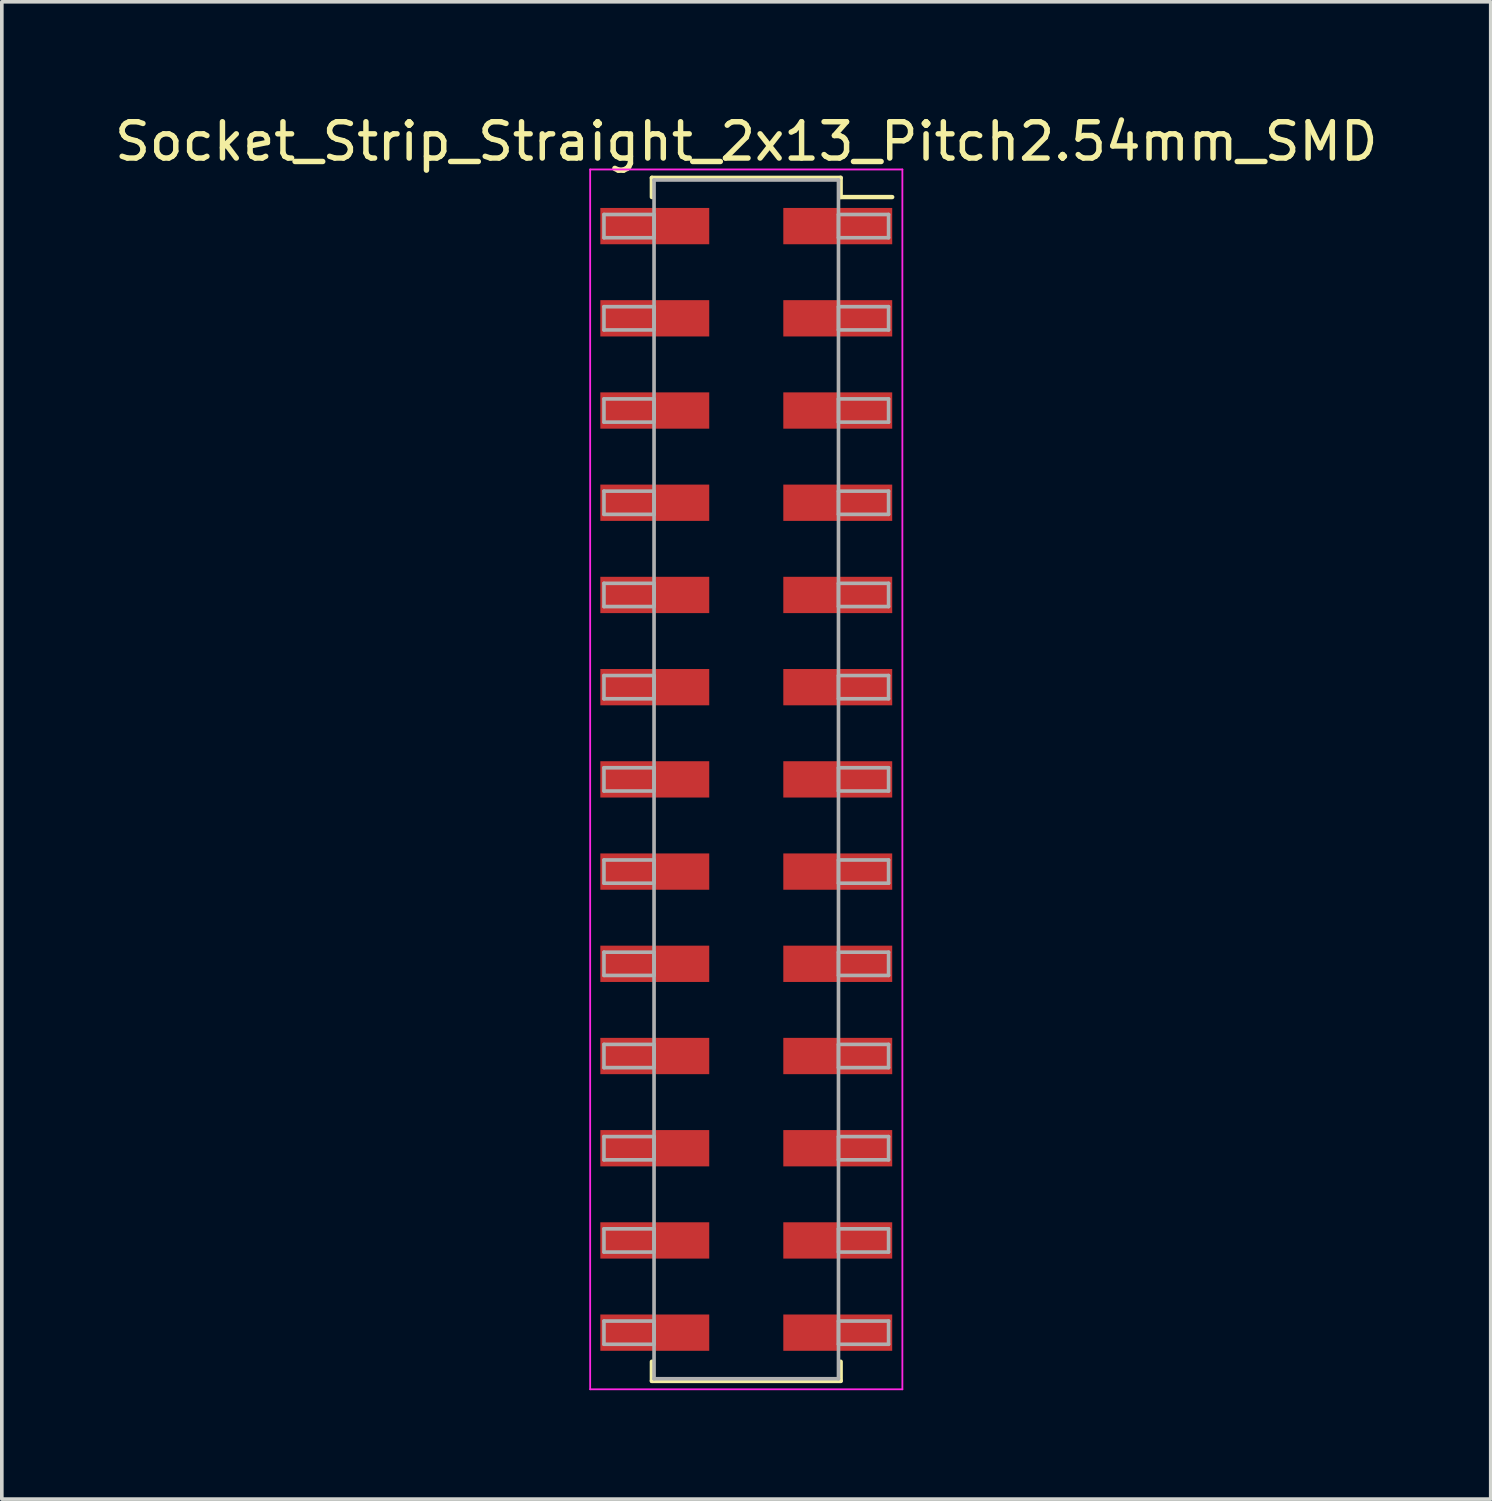
<source format=kicad_pcb>
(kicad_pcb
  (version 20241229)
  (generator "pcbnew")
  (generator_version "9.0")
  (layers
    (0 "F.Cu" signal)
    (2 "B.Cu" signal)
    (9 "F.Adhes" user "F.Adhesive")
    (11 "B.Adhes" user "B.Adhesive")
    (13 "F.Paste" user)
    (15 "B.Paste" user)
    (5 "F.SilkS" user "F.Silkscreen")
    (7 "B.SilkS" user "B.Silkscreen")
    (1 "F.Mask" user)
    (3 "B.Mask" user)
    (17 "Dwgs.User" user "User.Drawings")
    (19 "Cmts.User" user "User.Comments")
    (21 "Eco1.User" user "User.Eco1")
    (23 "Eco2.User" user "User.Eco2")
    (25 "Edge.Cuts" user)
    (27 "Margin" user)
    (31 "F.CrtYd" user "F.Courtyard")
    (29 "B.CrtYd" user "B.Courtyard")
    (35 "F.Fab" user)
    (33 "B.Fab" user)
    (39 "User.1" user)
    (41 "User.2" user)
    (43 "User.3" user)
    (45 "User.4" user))
  (footprint "Socket_Strip_Straight_2x13_Pitch2.54mm_SMD"
    (layer "F.Cu")
    (at 17.506 18.418)
    (property "Reference" "Socket_Strip_Straight_2x13_Pitch2.54mm_SMD" (at 0 -17.57 0) (layer "F.SilkS") (effects (font (size 1 1) (thickness 0.15))))
    (attr smd)
    (fp_line (start -2.6 -16.57) (end 2.6 -16.57) (stroke (width 0.12) (type solid)) (layer "F.SilkS"))
    (fp_line (start -2.6 -16.04) (end -2.6 -16.57) (stroke (width 0.12) (type solid)) (layer "F.SilkS"))
    (fp_line (start -2.6 16.04) (end -2.6 16.57) (stroke (width 0.12) (type solid)) (layer "F.SilkS"))
    (fp_line (start -2.6 16.57) (end 2.6 16.57) (stroke (width 0.12) (type solid)) (layer "F.SilkS"))
    (fp_line (start 2.6 -16.57) (end 2.6 -16.04) (stroke (width 0.12) (type solid)) (layer "F.SilkS"))
    (fp_line (start 2.6 16.57) (end 2.6 16.04) (stroke (width 0.12) (type solid)) (layer "F.SilkS"))
    (fp_line (start 4.02 -16.04) (end 2.6 -16.04) (stroke (width 0.12) (type solid)) (layer "F.SilkS"))
    (fp_line (start -4.3 -16.8) (end -4.3 16.8) (stroke (width 0.05) (type solid)) (layer "F.CrtYd"))
    (fp_line (start -4.3 16.8) (end 4.3 16.8) (stroke (width 0.05) (type solid)) (layer "F.CrtYd"))
    (fp_line (start 4.3 -16.8) (end -4.3 -16.8) (stroke (width 0.05) (type solid)) (layer "F.CrtYd"))
    (fp_line (start 4.3 16.8) (end 4.3 -16.8) (stroke (width 0.05) (type solid)) (layer "F.CrtYd"))
    (fp_line (start -3.92 -15.56) (end -2.54 -15.56) (stroke (width 0.1) (type solid)) (layer "F.Fab"))
    (fp_line (start -3.92 -14.92) (end -3.92 -15.56) (stroke (width 0.1) (type solid)) (layer "F.Fab"))
    (fp_line (start -3.92 -13.02) (end -2.54 -13.02) (stroke (width 0.1) (type solid)) (layer "F.Fab"))
    (fp_line (start -3.92 -12.38) (end -3.92 -13.02) (stroke (width 0.1) (type solid)) (layer "F.Fab"))
    (fp_line (start -3.92 -10.48) (end -2.54 -10.48) (stroke (width 0.1) (type solid)) (layer "F.Fab"))
    (fp_line (start -3.92 -9.84) (end -3.92 -10.48) (stroke (width 0.1) (type solid)) (layer "F.Fab"))
    (fp_line (start -3.92 -7.94) (end -2.54 -7.94) (stroke (width 0.1) (type solid)) (layer "F.Fab"))
    (fp_line (start -3.92 -7.3) (end -3.92 -7.94) (stroke (width 0.1) (type solid)) (layer "F.Fab"))
    (fp_line (start -3.92 -5.4) (end -2.54 -5.4) (stroke (width 0.1) (type solid)) (layer "F.Fab"))
    (fp_line (start -3.92 -4.76) (end -3.92 -5.4) (stroke (width 0.1) (type solid)) (layer "F.Fab"))
    (fp_line (start -3.92 -2.86) (end -2.54 -2.86) (stroke (width 0.1) (type solid)) (layer "F.Fab"))
    (fp_line (start -3.92 -2.22) (end -3.92 -2.86) (stroke (width 0.1) (type solid)) (layer "F.Fab"))
    (fp_line (start -3.92 -0.32) (end -2.54 -0.32) (stroke (width 0.1) (type solid)) (layer "F.Fab"))
    (fp_line (start -3.92 0.32) (end -3.92 -0.32) (stroke (width 0.1) (type solid)) (layer "F.Fab"))
    (fp_line (start -3.92 2.22) (end -2.54 2.22) (stroke (width 0.1) (type solid)) (layer "F.Fab"))
    (fp_line (start -3.92 2.86) (end -3.92 2.22) (stroke (width 0.1) (type solid)) (layer "F.Fab"))
    (fp_line (start -3.92 4.76) (end -2.54 4.76) (stroke (width 0.1) (type solid)) (layer "F.Fab"))
    (fp_line (start -3.92 5.4) (end -3.92 4.76) (stroke (width 0.1) (type solid)) (layer "F.Fab"))
    (fp_line (start -3.92 7.3) (end -2.54 7.3) (stroke (width 0.1) (type solid)) (layer "F.Fab"))
    (fp_line (start -3.92 7.94) (end -3.92 7.3) (stroke (width 0.1) (type solid)) (layer "F.Fab"))
    (fp_line (start -3.92 9.84) (end -2.54 9.84) (stroke (width 0.1) (type solid)) (layer "F.Fab"))
    (fp_line (start -3.92 10.48) (end -3.92 9.84) (stroke (width 0.1) (type solid)) (layer "F.Fab"))
    (fp_line (start -3.92 12.38) (end -2.54 12.38) (stroke (width 0.1) (type solid)) (layer "F.Fab"))
    (fp_line (start -3.92 13.02) (end -3.92 12.38) (stroke (width 0.1) (type solid)) (layer "F.Fab"))
    (fp_line (start -3.92 14.92) (end -2.54 14.92) (stroke (width 0.1) (type solid)) (layer "F.Fab"))
    (fp_line (start -3.92 15.56) (end -3.92 14.92) (stroke (width 0.1) (type solid)) (layer "F.Fab"))
    (fp_line (start -2.54 -16.51) (end -2.54 16.51) (stroke (width 0.1) (type solid)) (layer "F.Fab"))
    (fp_line (start -2.54 -15.56) (end -2.54 -14.92) (stroke (width 0.1) (type solid)) (layer "F.Fab"))
    (fp_line (start -2.54 -14.92) (end -3.92 -14.92) (stroke (width 0.1) (type solid)) (layer "F.Fab"))
    (fp_line (start -2.54 -13.02) (end -2.54 -12.38) (stroke (width 0.1) (type solid)) (layer "F.Fab"))
    (fp_line (start -2.54 -12.38) (end -3.92 -12.38) (stroke (width 0.1) (type solid)) (layer "F.Fab"))
    (fp_line (start -2.54 -10.48) (end -2.54 -9.84) (stroke (width 0.1) (type solid)) (layer "F.Fab"))
    (fp_line (start -2.54 -9.84) (end -3.92 -9.84) (stroke (width 0.1) (type solid)) (layer "F.Fab"))
    (fp_line (start -2.54 -7.94) (end -2.54 -7.3) (stroke (width 0.1) (type solid)) (layer "F.Fab"))
    (fp_line (start -2.54 -7.3) (end -3.92 -7.3) (stroke (width 0.1) (type solid)) (layer "F.Fab"))
    (fp_line (start -2.54 -5.4) (end -2.54 -4.76) (stroke (width 0.1) (type solid)) (layer "F.Fab"))
    (fp_line (start -2.54 -4.76) (end -3.92 -4.76) (stroke (width 0.1) (type solid)) (layer "F.Fab"))
    (fp_line (start -2.54 -2.86) (end -2.54 -2.22) (stroke (width 0.1) (type solid)) (layer "F.Fab"))
    (fp_line (start -2.54 -2.22) (end -3.92 -2.22) (stroke (width 0.1) (type solid)) (layer "F.Fab"))
    (fp_line (start -2.54 -0.32) (end -2.54 0.32) (stroke (width 0.1) (type solid)) (layer "F.Fab"))
    (fp_line (start -2.54 0.32) (end -3.92 0.32) (stroke (width 0.1) (type solid)) (layer "F.Fab"))
    (fp_line (start -2.54 2.22) (end -2.54 2.86) (stroke (width 0.1) (type solid)) (layer "F.Fab"))
    (fp_line (start -2.54 2.86) (end -3.92 2.86) (stroke (width 0.1) (type solid)) (layer "F.Fab"))
    (fp_line (start -2.54 4.76) (end -2.54 5.4) (stroke (width 0.1) (type solid)) (layer "F.Fab"))
    (fp_line (start -2.54 5.4) (end -3.92 5.4) (stroke (width 0.1) (type solid)) (layer "F.Fab"))
    (fp_line (start -2.54 7.3) (end -2.54 7.94) (stroke (width 0.1) (type solid)) (layer "F.Fab"))
    (fp_line (start -2.54 7.94) (end -3.92 7.94) (stroke (width 0.1) (type solid)) (layer "F.Fab"))
    (fp_line (start -2.54 9.84) (end -2.54 10.48) (stroke (width 0.1) (type solid)) (layer "F.Fab"))
    (fp_line (start -2.54 10.48) (end -3.92 10.48) (stroke (width 0.1) (type solid)) (layer "F.Fab"))
    (fp_line (start -2.54 12.38) (end -2.54 13.02) (stroke (width 0.1) (type solid)) (layer "F.Fab"))
    (fp_line (start -2.54 13.02) (end -3.92 13.02) (stroke (width 0.1) (type solid)) (layer "F.Fab"))
    (fp_line (start -2.54 14.92) (end -2.54 15.56) (stroke (width 0.1) (type solid)) (layer "F.Fab"))
    (fp_line (start -2.54 15.56) (end -3.92 15.56) (stroke (width 0.1) (type solid)) (layer "F.Fab"))
    (fp_line (start -2.54 16.51) (end 2.54 16.51) (stroke (width 0.1) (type solid)) (layer "F.Fab"))
    (fp_line (start 2.54 -16.51) (end -2.54 -16.51) (stroke (width 0.1) (type solid)) (layer "F.Fab"))
    (fp_line (start 2.54 -15.56) (end 2.54 -14.92) (stroke (width 0.1) (type solid)) (layer "F.Fab"))
    (fp_line (start 2.54 -14.92) (end 3.92 -14.92) (stroke (width 0.1) (type solid)) (layer "F.Fab"))
    (fp_line (start 2.54 -13.02) (end 2.54 -12.38) (stroke (width 0.1) (type solid)) (layer "F.Fab"))
    (fp_line (start 2.54 -12.38) (end 3.92 -12.38) (stroke (width 0.1) (type solid)) (layer "F.Fab"))
    (fp_line (start 2.54 -10.48) (end 2.54 -9.84) (stroke (width 0.1) (type solid)) (layer "F.Fab"))
    (fp_line (start 2.54 -9.84) (end 3.92 -9.84) (stroke (width 0.1) (type solid)) (layer "F.Fab"))
    (fp_line (start 2.54 -7.94) (end 2.54 -7.3) (stroke (width 0.1) (type solid)) (layer "F.Fab"))
    (fp_line (start 2.54 -7.3) (end 3.92 -7.3) (stroke (width 0.1) (type solid)) (layer "F.Fab"))
    (fp_line (start 2.54 -5.4) (end 2.54 -4.76) (stroke (width 0.1) (type solid)) (layer "F.Fab"))
    (fp_line (start 2.54 -4.76) (end 3.92 -4.76) (stroke (width 0.1) (type solid)) (layer "F.Fab"))
    (fp_line (start 2.54 -2.86) (end 2.54 -2.22) (stroke (width 0.1) (type solid)) (layer "F.Fab"))
    (fp_line (start 2.54 -2.22) (end 3.92 -2.22) (stroke (width 0.1) (type solid)) (layer "F.Fab"))
    (fp_line (start 2.54 -0.32) (end 2.54 0.32) (stroke (width 0.1) (type solid)) (layer "F.Fab"))
    (fp_line (start 2.54 0.32) (end 3.92 0.32) (stroke (width 0.1) (type solid)) (layer "F.Fab"))
    (fp_line (start 2.54 2.22) (end 2.54 2.86) (stroke (width 0.1) (type solid)) (layer "F.Fab"))
    (fp_line (start 2.54 2.86) (end 3.92 2.86) (stroke (width 0.1) (type solid)) (layer "F.Fab"))
    (fp_line (start 2.54 4.76) (end 2.54 5.4) (stroke (width 0.1) (type solid)) (layer "F.Fab"))
    (fp_line (start 2.54 5.4) (end 3.92 5.4) (stroke (width 0.1) (type solid)) (layer "F.Fab"))
    (fp_line (start 2.54 7.3) (end 2.54 7.94) (stroke (width 0.1) (type solid)) (layer "F.Fab"))
    (fp_line (start 2.54 7.94) (end 3.92 7.94) (stroke (width 0.1) (type solid)) (layer "F.Fab"))
    (fp_line (start 2.54 9.84) (end 2.54 10.48) (stroke (width 0.1) (type solid)) (layer "F.Fab"))
    (fp_line (start 2.54 10.48) (end 3.92 10.48) (stroke (width 0.1) (type solid)) (layer "F.Fab"))
    (fp_line (start 2.54 12.38) (end 2.54 13.02) (stroke (width 0.1) (type solid)) (layer "F.Fab"))
    (fp_line (start 2.54 13.02) (end 3.92 13.02) (stroke (width 0.1) (type solid)) (layer "F.Fab"))
    (fp_line (start 2.54 14.92) (end 2.54 15.56) (stroke (width 0.1) (type solid)) (layer "F.Fab"))
    (fp_line (start 2.54 15.56) (end 3.92 15.56) (stroke (width 0.1) (type solid)) (layer "F.Fab"))
    (fp_line (start 2.54 16.51) (end 2.54 -16.51) (stroke (width 0.1) (type solid)) (layer "F.Fab"))
    (fp_line (start 3.92 -15.56) (end 2.54 -15.56) (stroke (width 0.1) (type solid)) (layer "F.Fab"))
    (fp_line (start 3.92 -14.92) (end 3.92 -15.56) (stroke (width 0.1) (type solid)) (layer "F.Fab"))
    (fp_line (start 3.92 -13.02) (end 2.54 -13.02) (stroke (width 0.1) (type solid)) (layer "F.Fab"))
    (fp_line (start 3.92 -12.38) (end 3.92 -13.02) (stroke (width 0.1) (type solid)) (layer "F.Fab"))
    (fp_line (start 3.92 -10.48) (end 2.54 -10.48) (stroke (width 0.1) (type solid)) (layer "F.Fab"))
    (fp_line (start 3.92 -9.84) (end 3.92 -10.48) (stroke (width 0.1) (type solid)) (layer "F.Fab"))
    (fp_line (start 3.92 -7.94) (end 2.54 -7.94) (stroke (width 0.1) (type solid)) (layer "F.Fab"))
    (fp_line (start 3.92 -7.3) (end 3.92 -7.94) (stroke (width 0.1) (type solid)) (layer "F.Fab"))
    (fp_line (start 3.92 -5.4) (end 2.54 -5.4) (stroke (width 0.1) (type solid)) (layer "F.Fab"))
    (fp_line (start 3.92 -4.76) (end 3.92 -5.4) (stroke (width 0.1) (type solid)) (layer "F.Fab"))
    (fp_line (start 3.92 -2.86) (end 2.54 -2.86) (stroke (width 0.1) (type solid)) (layer "F.Fab"))
    (fp_line (start 3.92 -2.22) (end 3.92 -2.86) (stroke (width 0.1) (type solid)) (layer "F.Fab"))
    (fp_line (start 3.92 -0.32) (end 2.54 -0.32) (stroke (width 0.1) (type solid)) (layer "F.Fab"))
    (fp_line (start 3.92 0.32) (end 3.92 -0.32) (stroke (width 0.1) (type solid)) (layer "F.Fab"))
    (fp_line (start 3.92 2.22) (end 2.54 2.22) (stroke (width 0.1) (type solid)) (layer "F.Fab"))
    (fp_line (start 3.92 2.86) (end 3.92 2.22) (stroke (width 0.1) (type solid)) (layer "F.Fab"))
    (fp_line (start 3.92 4.76) (end 2.54 4.76) (stroke (width 0.1) (type solid)) (layer "F.Fab"))
    (fp_line (start 3.92 5.4) (end 3.92 4.76) (stroke (width 0.1) (type solid)) (layer "F.Fab"))
    (fp_line (start 3.92 7.3) (end 2.54 7.3) (stroke (width 0.1) (type solid)) (layer "F.Fab"))
    (fp_line (start 3.92 7.94) (end 3.92 7.3) (stroke (width 0.1) (type solid)) (layer "F.Fab"))
    (fp_line (start 3.92 9.84) (end 2.54 9.84) (stroke (width 0.1) (type solid)) (layer "F.Fab"))
    (fp_line (start 3.92 10.48) (end 3.92 9.84) (stroke (width 0.1) (type solid)) (layer "F.Fab"))
    (fp_line (start 3.92 12.38) (end 2.54 12.38) (stroke (width 0.1) (type solid)) (layer "F.Fab"))
    (fp_line (start 3.92 13.02) (end 3.92 12.38) (stroke (width 0.1) (type solid)) (layer "F.Fab"))
    (fp_line (start 3.92 14.92) (end 2.54 14.92) (stroke (width 0.1) (type solid)) (layer "F.Fab"))
    (fp_line (start 3.92 15.56) (end 3.92 14.92) (stroke (width 0.1) (type solid)) (layer "F.Fab"))
    (pad "1" smd rect (at 2.52 -15.24) (size 3 1) (layers "F.Cu" "F.Mask"))
    (pad "2" smd rect (at -2.52 -15.24) (size 3 1) (layers "F.Cu" "F.Mask"))
    (pad "3" smd rect (at 2.52 -12.7) (size 3 1) (layers "F.Cu" "F.Mask"))
    (pad "4" smd rect (at -2.52 -12.7) (size 3 1) (layers "F.Cu" "F.Mask"))
    (pad "5" smd rect (at 2.52 -10.16) (size 3 1) (layers "F.Cu" "F.Mask"))
    (pad "6" smd rect (at -2.52 -10.16) (size 3 1) (layers "F.Cu" "F.Mask"))
    (pad "7" smd rect (at 2.52 -7.62) (size 3 1) (layers "F.Cu" "F.Mask"))
    (pad "8" smd rect (at -2.52 -7.62) (size 3 1) (layers "F.Cu" "F.Mask"))
    (pad "9" smd rect (at 2.52 -5.08) (size 3 1) (layers "F.Cu" "F.Mask"))
    (pad "10" smd rect (at -2.52 -5.08) (size 3 1) (layers "F.Cu" "F.Mask"))
    (pad "11" smd rect (at 2.52 -2.54) (size 3 1) (layers "F.Cu" "F.Mask"))
    (pad "12" smd rect (at -2.52 -2.54) (size 3 1) (layers "F.Cu" "F.Mask"))
    (pad "13" smd rect (at 2.52 0) (size 3 1) (layers "F.Cu" "F.Mask"))
    (pad "14" smd rect (at -2.52 0) (size 3 1) (layers "F.Cu" "F.Mask"))
    (pad "15" smd rect (at 2.52 2.54) (size 3 1) (layers "F.Cu" "F.Mask"))
    (pad "16" smd rect (at -2.52 2.54) (size 3 1) (layers "F.Cu" "F.Mask"))
    (pad "17" smd rect (at 2.52 5.08) (size 3 1) (layers "F.Cu" "F.Mask"))
    (pad "18" smd rect (at -2.52 5.08) (size 3 1) (layers "F.Cu" "F.Mask"))
    (pad "19" smd rect (at 2.52 7.62) (size 3 1) (layers "F.Cu" "F.Mask"))
    (pad "20" smd rect (at -2.52 7.62) (size 3 1) (layers "F.Cu" "F.Mask"))
    (pad "21" smd rect (at 2.52 10.16) (size 3 1) (layers "F.Cu" "F.Mask"))
    (pad "22" smd rect (at -2.52 10.16) (size 3 1) (layers "F.Cu" "F.Mask"))
    (pad "23" smd rect (at 2.52 12.7) (size 3 1) (layers "F.Cu" "F.Mask"))
    (pad "24" smd rect (at -2.52 12.7) (size 3 1) (layers "F.Cu" "F.Mask"))
    (pad "25" smd rect (at 2.52 15.24) (size 3 1) (layers "F.Cu" "F.Mask"))
    (pad "26" smd rect (at -2.52 15.24) (size 3 1) (layers "F.Cu" "F.Mask")))
  (gr_rect
    (start -3 -3)
    (end 38.012 38.243)
    (stroke (width 0.1) (type default))
    (fill no)
    (layer "Edge.Cuts")))
</source>
